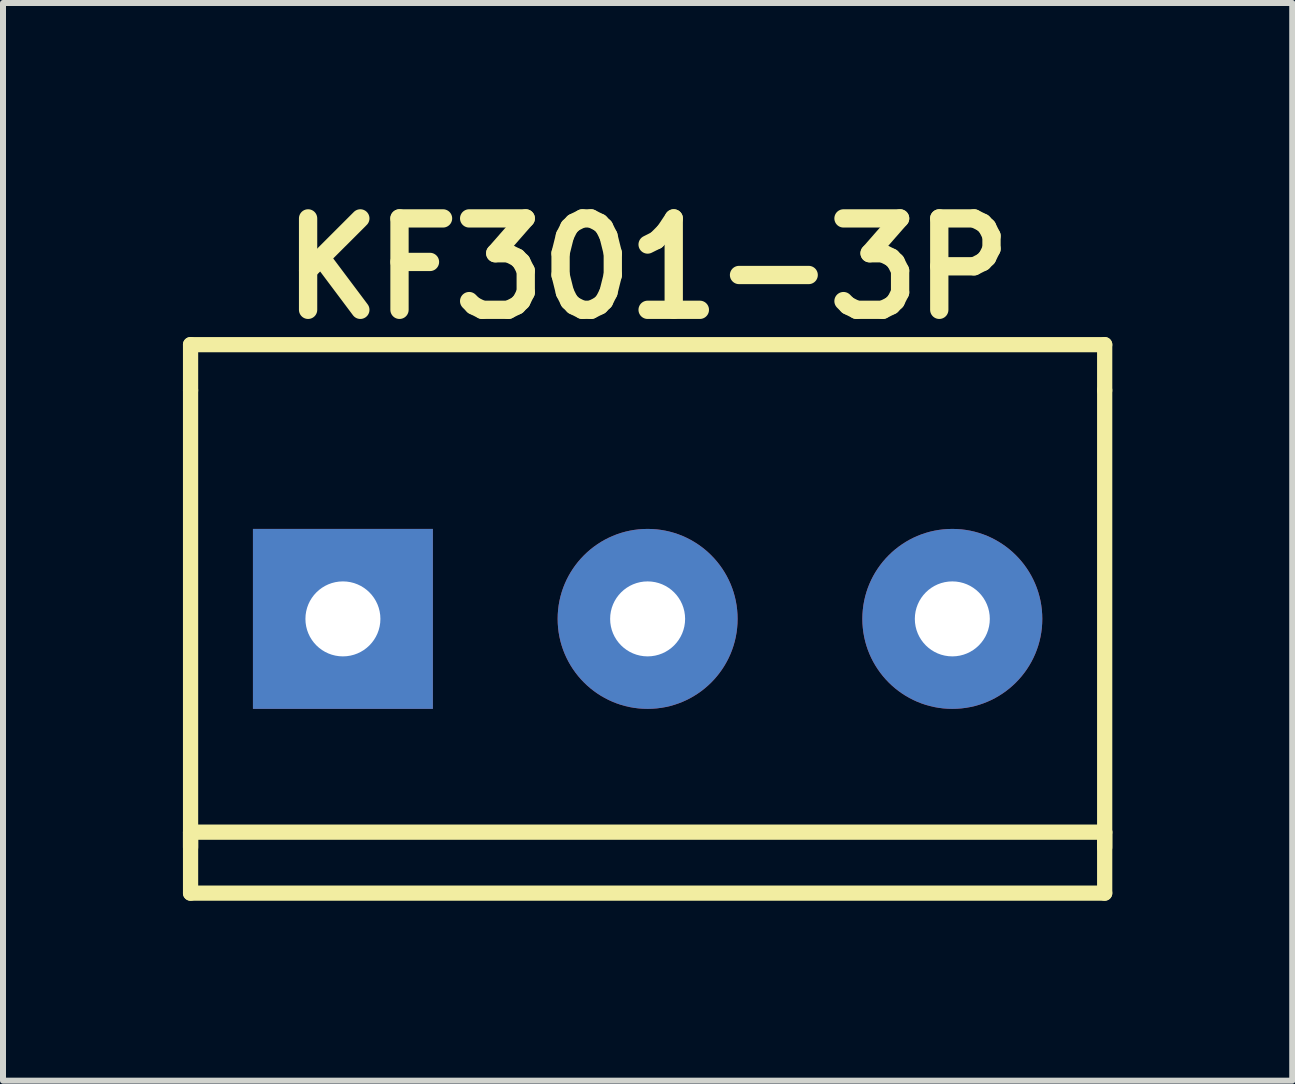
<source format=kicad_pcb>
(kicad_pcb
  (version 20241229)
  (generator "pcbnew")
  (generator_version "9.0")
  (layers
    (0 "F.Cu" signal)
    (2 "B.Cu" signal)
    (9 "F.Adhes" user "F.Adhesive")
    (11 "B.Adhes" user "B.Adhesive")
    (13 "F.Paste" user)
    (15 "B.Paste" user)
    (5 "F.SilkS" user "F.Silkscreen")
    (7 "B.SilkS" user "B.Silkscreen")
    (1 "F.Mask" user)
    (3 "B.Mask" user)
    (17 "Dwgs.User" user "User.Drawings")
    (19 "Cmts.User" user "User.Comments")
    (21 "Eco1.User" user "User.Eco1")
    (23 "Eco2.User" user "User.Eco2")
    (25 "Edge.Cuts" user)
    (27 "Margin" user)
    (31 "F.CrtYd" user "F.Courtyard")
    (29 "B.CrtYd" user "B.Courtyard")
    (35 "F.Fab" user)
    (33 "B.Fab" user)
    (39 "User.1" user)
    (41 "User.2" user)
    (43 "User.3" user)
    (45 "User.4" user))
  (footprint "KF301-3P"
    (layer "F.Cu")
    (at 7.747 7.268)
    (property "Reference" "KF301-3P" (at 0 -5.842 0) (layer "F.SilkS") (effects (font (size 1.524 1.524) (thickness 0.305))))
    (attr through_hole)
    (fp_line (start -7.62 -4.572) (end -7.62 -3.81) (stroke (width 0.254) (type solid)) (layer "F.SilkS"))
    (fp_line (start -7.62 -4.572) (end 7.62 -4.572) (stroke (width 0.254) (type solid)) (layer "F.SilkS"))
    (fp_line (start -7.62 3.556) (end 7.62 3.556) (stroke (width 0.254) (type solid)) (layer "F.SilkS"))
    (fp_line (start -7.62 3.81) (end -7.62 -3.81) (stroke (width 0.254) (type solid)) (layer "F.SilkS"))
    (fp_line (start -7.62 4.572) (end -7.62 3.556) (stroke (width 0.254) (type solid)) (layer "F.SilkS"))
    (fp_line (start 7.62 -4.572) (end 7.62 -3.81) (stroke (width 0.254) (type solid)) (layer "F.SilkS"))
    (fp_line (start 7.62 3.556) (end 7.62 4.572) (stroke (width 0.254) (type solid)) (layer "F.SilkS"))
    (fp_line (start 7.62 3.81) (end 7.62 -3.81) (stroke (width 0.254) (type solid)) (layer "F.SilkS"))
    (fp_line (start 7.62 4.572) (end -7.62 4.572) (stroke (width 0.254) (type solid)) (layer "F.SilkS"))
    (pad "1" thru_hole rect (at -5.08 0) (size 3 3) (drill 1.25) (layers "*.Cu" "*.Mask"))
    (pad "2" thru_hole circle (at 0 0) (size 3 3) (drill 1.25) (layers "*.Cu" "*.Mask"))
    (pad "3" thru_hole circle (at 5.08 0) (size 3 3) (drill 1.25) (layers "*.Cu" "*.Mask")))
  (gr_rect
    (start -3 -3)
    (end 18.494 14.967)
    (stroke (width 0.1) (type default))
    (fill no)
    (layer "Edge.Cuts")))
</source>
